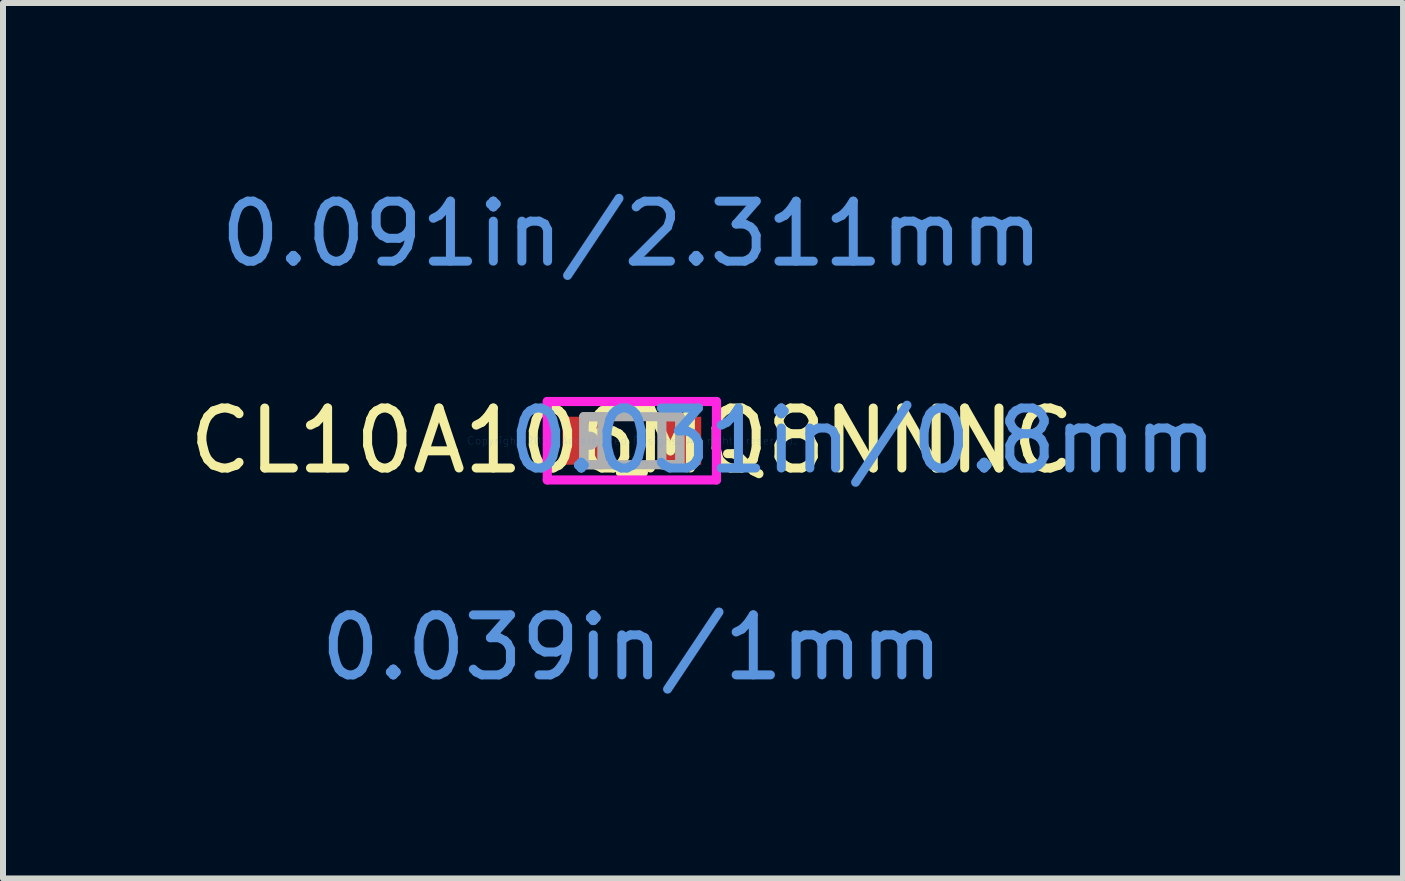
<source format=kicad_pcb>
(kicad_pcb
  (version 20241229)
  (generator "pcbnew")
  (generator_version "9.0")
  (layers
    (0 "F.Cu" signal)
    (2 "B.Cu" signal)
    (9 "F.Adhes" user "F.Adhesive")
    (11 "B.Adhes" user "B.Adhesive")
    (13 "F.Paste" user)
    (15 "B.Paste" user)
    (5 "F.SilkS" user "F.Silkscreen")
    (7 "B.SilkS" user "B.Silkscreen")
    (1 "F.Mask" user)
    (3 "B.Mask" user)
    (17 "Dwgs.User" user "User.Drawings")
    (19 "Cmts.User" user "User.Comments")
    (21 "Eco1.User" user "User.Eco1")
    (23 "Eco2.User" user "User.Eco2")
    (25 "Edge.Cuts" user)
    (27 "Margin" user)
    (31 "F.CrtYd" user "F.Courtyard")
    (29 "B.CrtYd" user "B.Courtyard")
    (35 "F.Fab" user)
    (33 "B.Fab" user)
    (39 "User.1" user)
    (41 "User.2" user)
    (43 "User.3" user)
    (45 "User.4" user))
  (footprint "CL10A106MQ8NNNC"
    (layer "F.Cu")
    (at 7.482 4.296)
    (property "Reference" "CL10A106MQ8NNNC" (at 0 0 0) (layer "F.SilkS") (effects (font (size 1 1) (thickness 0.15))))
    (attr through_hole)
    (fp_line (start -0.192 0.527) (end 0.192 0.527) (stroke (width 0.152) (type solid)) (layer "F.SilkS"))
    (fp_line (start 0.192 -0.527) (end -0.192 -0.527) (stroke (width 0.152) (type solid)) (layer "F.SilkS"))
    (fp_line (start -1.41 -0.654) (end 1.41 -0.654) (stroke (width 0.152) (type solid)) (layer "F.CrtYd"))
    (fp_line (start -1.41 0.654) (end -1.41 -0.654) (stroke (width 0.152) (type solid)) (layer "F.CrtYd"))
    (fp_line (start 1.41 -0.654) (end 1.41 0.654) (stroke (width 0.152) (type solid)) (layer "F.CrtYd"))
    (fp_line (start 1.41 0.654) (end -1.41 0.654) (stroke (width 0.152) (type solid)) (layer "F.CrtYd"))
    (fp_line (start -0.8 -0.4) (end -0.8 0.4) (stroke (width 0.152) (type solid)) (layer "F.Fab"))
    (fp_line (start -0.8 -0.4) (end -0.8 0.4) (stroke (width 0.152) (type solid)) (layer "F.Fab"))
    (fp_line (start -0.8 0.4) (end -0.5 0.4) (stroke (width 0.152) (type solid)) (layer "F.Fab"))
    (fp_line (start -0.8 0.4) (end 0.8 0.4) (stroke (width 0.152) (type solid)) (layer "F.Fab"))
    (fp_line (start -0.5 -0.4) (end -0.8 -0.4) (stroke (width 0.152) (type solid)) (layer "F.Fab"))
    (fp_line (start -0.5 0.4) (end -0.5 -0.4) (stroke (width 0.152) (type solid)) (layer "F.Fab"))
    (fp_line (start 0.5 -0.4) (end 0.5 0.4) (stroke (width 0.152) (type solid)) (layer "F.Fab"))
    (fp_line (start 0.5 0.4) (end 0.8 0.4) (stroke (width 0.152) (type solid)) (layer "F.Fab"))
    (fp_line (start 0.8 -0.4) (end -0.8 -0.4) (stroke (width 0.152) (type solid)) (layer "F.Fab"))
    (fp_line (start 0.8 -0.4) (end 0.5 -0.4) (stroke (width 0.152) (type solid)) (layer "F.Fab"))
    (fp_line (start 0.8 0.4) (end 0.8 -0.4) (stroke (width 0.152) (type solid)) (layer "F.Fab"))
    (fp_line (start 0.8 0.4) (end 0.8 -0.4) (stroke (width 0.152) (type solid)) (layer "F.Fab"))
    (fp_circle (center -0.701 0) (end -0.701 0) (stroke (width 0.152) (type solid)) (fill no) (layer "F.Fab"))
    (fp_text user "0.031in/0.8mm" (at 3.848 0 0) (layer "Cmts.User") (effects (font (size 1 1) (thickness 0.15))))
    (fp_text user "0.091in/2.311mm" (at 0 -3.448 0) (layer "Cmts.User") (effects (font (size 1 1) (thickness 0.15))))
    (fp_text user "Copyright 2016 Accelerated Designs. All rights reserved." (at 0 0 0) (layer "Cmts.User") (effects (font (size 0.127 0.127) (thickness 0.002))))
    (fp_text user "0.039in/1mm" (at 0 3.448 0) (layer "Cmts.User") (effects (font (size 1 1) (thickness 0.15))))
    (pad "1" smd rect (at -0.828 0) (size 0.656 0.8) (layers "F.Cu" "F.Mask" "F.Paste"))
    (pad "2" smd rect (at 0.828 0) (size 0.656 0.8) (layers "F.Cu" "F.Mask" "F.Paste")))
  (gr_rect
    (start -3 -3)
    (end 20.336 11.592)
    (stroke (width 0.1) (type default))
    (fill no)
    (layer "Edge.Cuts")))
</source>
